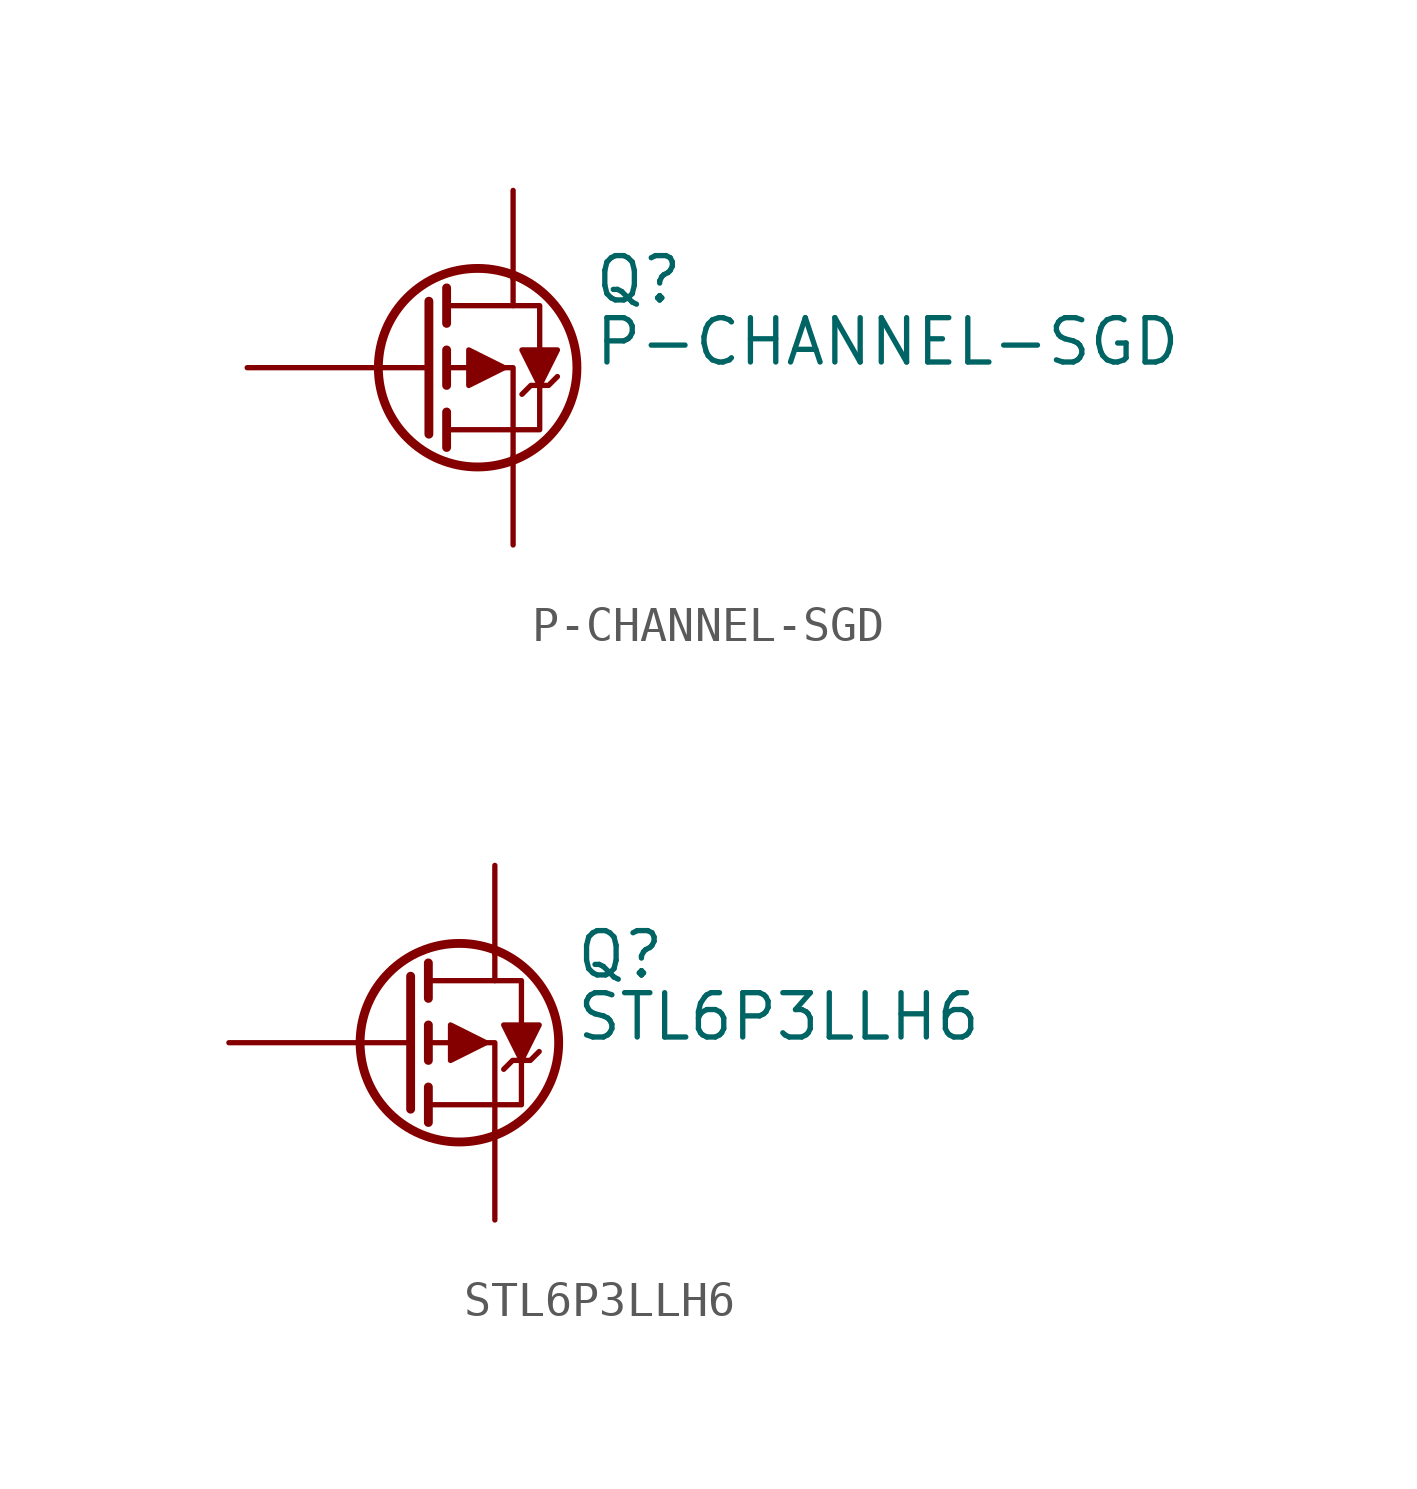
<source format=kicad_sym>
(kicad_symbol_lib
  (version 20220914)
  (generator kicad_symbol_editor)
  (symbol "P-CHANNEL-SGD"
    (pin_numbers hide)
    (pin_names
      (offset 1.016))
    (property "Reference" "Q"
      (at 4.826 1.778 0)
      (effects (font (size 1.27 1.27)) (justify left bottom)))
    (property "Value" "P-CHANNEL-SGD"
      (at 4.826 0 0)
      (effects (font (size 1.27 1.27)) (justify left bottom)))
    (symbol "P-CHANNEL-SGD_0_1"
      (polyline (pts (xy 0.127 1.905) (xy 0.127 -1.905)) (stroke (width 0.254) (type solid)) (fill (type none)))
      (polyline (pts (xy 0.635 -1.27) (xy 0.635 -2.286)) (stroke (width 0.254) (type solid)) (fill (type none)))
      (polyline (pts (xy 0.635 0.508) (xy 0.635 -0.508)) (stroke (width 0.254) (type solid)) (fill (type none)))
      (polyline (pts (xy 0.635 2.286) (xy 0.635 1.27)) (stroke (width 0.254) (type solid)) (fill (type none)))
      (polyline (pts (xy 2.54 2.54) (xy 2.54 1.778)) (stroke (width 0) (type solid)) (fill (type none)))
      (polyline (pts (xy 0.762 0) (xy 2.54 0) (xy 2.54 -2.54)) (stroke (width 0) (type solid)) (fill (type none)))
      (polyline (pts (xy 1.27 0.508) (xy 1.27 -0.508) (xy 2.286 0) (xy 1.27 0.508)) (stroke (width 0) (type solid)) (fill (type outline)))
      (polyline (pts (xy 2.794 -0.762) (xy 3.048 -0.508) (xy 3.556 -0.508) (xy 3.81 -0.254)) (stroke (width 0) (type solid)) (fill (type none)))
      (polyline (pts (xy 3.302 -0.508) (xy 3.81 0.508) (xy 2.794 0.508) (xy 3.302 -0.508)) (stroke (width 0) (type solid)) (fill (type outline)))
      (polyline (pts (xy 0.635 -1.778) (xy 3.302 -1.778) (xy 3.302 1.778) (xy 0.635 1.778) (xy 0.762 1.778)) (stroke (width 0) (type solid)) (fill (type none)))
      (circle (center 1.524 0) (radius 2.845) (stroke (width 0.254) (type solid)) (fill (type none))))
    (symbol "P-CHANNEL-SGD_1_1"
      (pin passive line (at 2.54 -5.08 90) (length 2.54) (name "~" (effects (font (size 1.27 1.27)))) (number "1" (effects (font (size 1.27 1.27)))))
      (pin passive line (at -5.08 0 0) (length 5.08) (name "~" (effects (font (size 1.27 1.27)))) (number "2" (effects (font (size 1.27 1.27)))))
      (pin passive line (at 2.54 5.08 270) (length 2.54) (name "~" (effects (font (size 1.27 1.27)))) (number "3" (effects (font (size 1.27 1.27)))))))
  (symbol "STL6P3LLH6"
    (pin_numbers hide)
    (pin_names
      (offset 1.016))
    (property "Reference" "Q"
      (at 4.826 1.778 0)
      (effects (font (size 1.27 1.27)) (justify left bottom)))
    (property "Value" "STL6P3LLH6"
      (at 4.826 0 0)
      (effects (font (size 1.27 1.27)) (justify left bottom)))
    (symbol "STL6P3LLH6_0_1"
      (polyline (pts (xy 0.127 1.905) (xy 0.127 -1.905)) (stroke (width 0.254) (type solid)) (fill (type none)))
      (polyline (pts (xy 0.635 -1.27) (xy 0.635 -2.286)) (stroke (width 0.254) (type solid)) (fill (type none)))
      (polyline (pts (xy 0.635 0.508) (xy 0.635 -0.508)) (stroke (width 0.254) (type solid)) (fill (type none)))
      (polyline (pts (xy 0.635 2.286) (xy 0.635 1.27)) (stroke (width 0.254) (type solid)) (fill (type none)))
      (polyline (pts (xy 2.54 2.54) (xy 2.54 1.778)) (stroke (width 0) (type solid)) (fill (type none)))
      (polyline (pts (xy 0.762 0) (xy 2.54 0) (xy 2.54 -2.54)) (stroke (width 0) (type solid)) (fill (type none)))
      (polyline (pts (xy 1.27 0.508) (xy 1.27 -0.508) (xy 2.286 0) (xy 1.27 0.508)) (stroke (width 0) (type solid)) (fill (type outline)))
      (polyline (pts (xy 2.794 -0.762) (xy 3.048 -0.508) (xy 3.556 -0.508) (xy 3.81 -0.254)) (stroke (width 0) (type solid)) (fill (type none)))
      (polyline (pts (xy 3.302 -0.508) (xy 3.81 0.508) (xy 2.794 0.508) (xy 3.302 -0.508)) (stroke (width 0) (type solid)) (fill (type outline)))
      (polyline (pts (xy 0.635 -1.778) (xy 3.302 -1.778) (xy 3.302 1.778) (xy 0.635 1.778) (xy 0.762 1.778)) (stroke (width 0) (type solid)) (fill (type none)))
      (circle (center 1.524 0) (radius 2.845) (stroke (width 0.254) (type solid)) (fill (type none))))
    (symbol "STL6P3LLH6_1_1"
      (pin passive line (at 2.54 -5.08 90) (length 2.54) (name "~" (effects (font (size 1.27 1.27)))) (number "1" (effects (font (size 1.27 1.27)))))
      (pin passive line (at -5.08 0 0) (length 5.08) (name "~" (effects (font (size 1.27 1.27)))) (number "2" (effects (font (size 1.27 1.27)))))
      (pin passive line (at 2.54 5.08 270) (length 2.54) (name "~" (effects (font (size 1.27 1.27)))) (number "3" (effects (font (size 1.27 1.27))))))))
</source>
